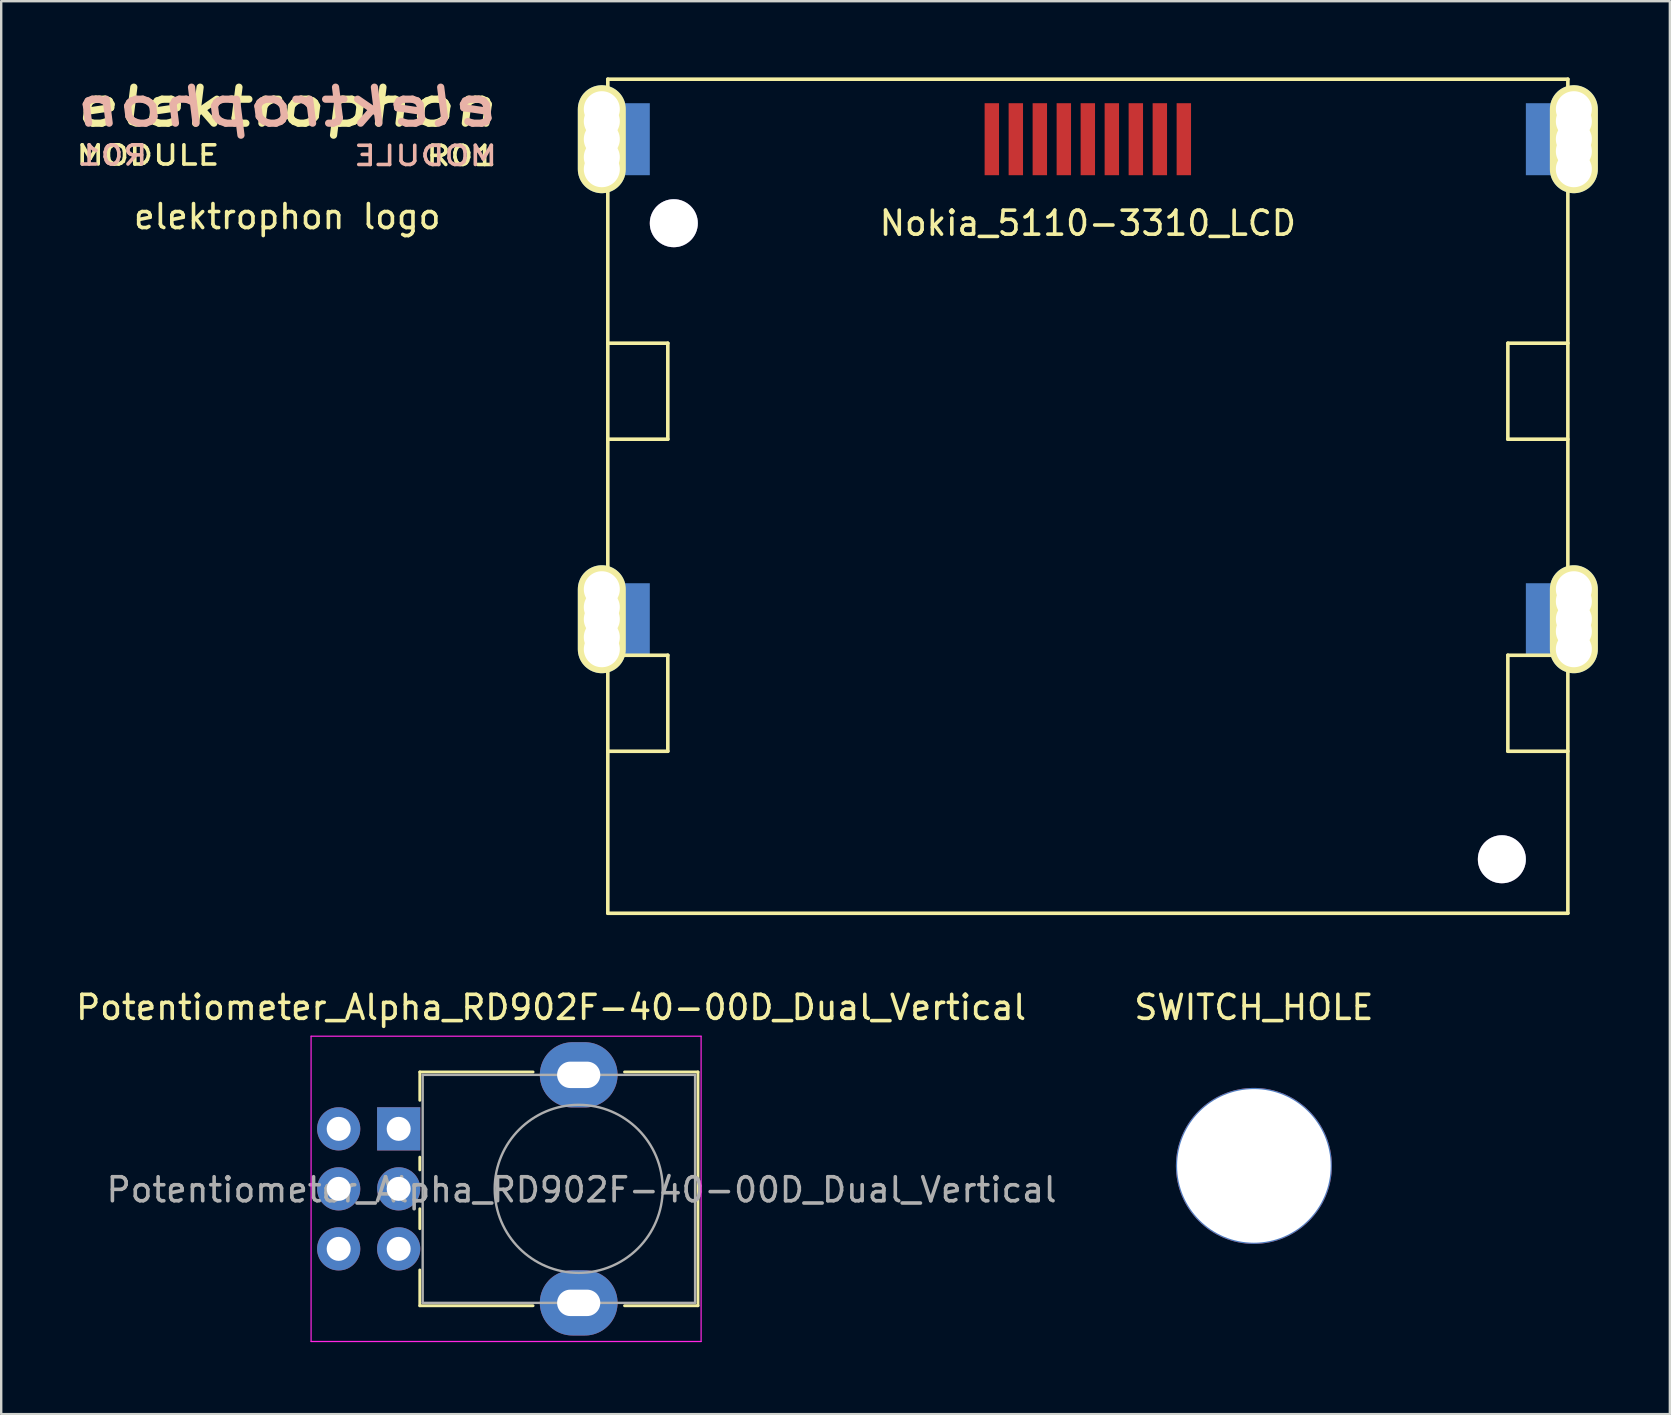
<source format=kicad_pcb>
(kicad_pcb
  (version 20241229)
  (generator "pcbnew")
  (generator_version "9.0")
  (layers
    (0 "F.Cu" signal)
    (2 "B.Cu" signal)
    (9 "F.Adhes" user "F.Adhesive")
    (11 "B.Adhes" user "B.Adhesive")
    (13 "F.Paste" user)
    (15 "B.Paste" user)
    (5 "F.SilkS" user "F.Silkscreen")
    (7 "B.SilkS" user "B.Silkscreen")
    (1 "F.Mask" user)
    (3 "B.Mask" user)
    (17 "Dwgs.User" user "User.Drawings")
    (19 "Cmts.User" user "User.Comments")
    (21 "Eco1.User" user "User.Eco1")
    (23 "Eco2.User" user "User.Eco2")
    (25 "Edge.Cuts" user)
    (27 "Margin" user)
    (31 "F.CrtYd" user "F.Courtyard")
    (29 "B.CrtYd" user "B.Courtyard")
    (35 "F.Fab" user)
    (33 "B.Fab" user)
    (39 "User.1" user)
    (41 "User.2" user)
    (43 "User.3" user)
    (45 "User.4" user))
  (footprint "Potentiometer_Alpha_RD902F-40-00D_Dual_Vertical"
    (layer "F.Cu")
    (at 21.061 46.483)
    (property "Reference" "Potentiometer_Alpha_RD902F-40-00D_Dual_Vertical" (at -1.15 -7.56 180) (layer "F.SilkS") (effects (font (size 1 1) (thickness 0.15))))
    (attr through_hole)
    (fp_line (start -6.62 -4.87) (end -1.9 -4.87) (stroke (width 0.12) (type solid)) (layer "F.SilkS"))
    (fp_line (start -6.62 -3.69) (end -6.62 -4.87) (stroke (width 0.12) (type solid)) (layer "F.SilkS"))
    (fp_line (start -6.62 -0.79) (end -6.62 -1.32) (stroke (width 0.12) (type solid)) (layer "F.SilkS"))
    (fp_line (start -6.62 1.66) (end -6.62 0.83) (stroke (width 0.12) (type solid)) (layer "F.SilkS"))
    (fp_line (start -6.62 4.87) (end -6.62 3.38) (stroke (width 0.12) (type solid)) (layer "F.SilkS"))
    (fp_line (start -6.62 4.87) (end -1.9 4.87) (stroke (width 0.12) (type solid)) (layer "F.SilkS"))
    (fp_line (start 1.91 -4.87) (end 4.97 -4.87) (stroke (width 0.12) (type solid)) (layer "F.SilkS"))
    (fp_line (start 1.91 4.87) (end 4.97 4.87) (stroke (width 0.12) (type solid)) (layer "F.SilkS"))
    (fp_line (start 4.97 4.87) (end 4.97 -4.87) (stroke (width 0.12) (type solid)) (layer "F.SilkS"))
    (fp_line (start -11.15 -6.36) (end -11.15 6.36) (stroke (width 0.05) (type solid)) (layer "F.CrtYd"))
    (fp_line (start -11.15 6.36) (end 5.1 6.36) (stroke (width 0.05) (type solid)) (layer "F.CrtYd"))
    (fp_line (start 5.1 -6.36) (end -11.15 -6.36) (stroke (width 0.05) (type solid)) (layer "F.CrtYd"))
    (fp_line (start 5.1 6.36) (end 5.1 -6.36) (stroke (width 0.05) (type solid)) (layer "F.CrtYd"))
    (fp_line (start -6.5 -4.75) (end 4.85 -4.75) (stroke (width 0.1) (type solid)) (layer "F.Fab"))
    (fp_line (start -6.5 4.75) (end -6.5 -4.75) (stroke (width 0.1) (type solid)) (layer "F.Fab"))
    (fp_line (start -6.5 4.75) (end 4.85 4.75) (stroke (width 0.1) (type solid)) (layer "F.Fab"))
    (fp_line (start 4.85 4.75) (end 4.85 -4.75) (stroke (width 0.1) (type solid)) (layer "F.Fab"))
    (fp_circle (center 0 0) (end 0 -3.5) (stroke (width 0.1) (type solid)) (fill no) (layer "F.Fab"))
    (fp_text user "${REFERENCE}" (at 0.12 0.04 0) (layer "F.Fab") (effects (font (size 1 1) (thickness 0.15))))
    (pad "" thru_hole oval (at 0 -4.75 90) (size 2.72 3.24) (drill oval 1.1 1.8) (layers "*.Cu" "*.Mask"))
    (pad "" thru_hole oval (at 0 4.75 90) (size 2.72 3.24) (drill oval 1.1 1.8) (layers "*.Cu" "*.Mask"))
    (pad "1" thru_hole rect (at -7.5 -2.5 90) (size 1.8 1.8) (drill 1) (layers "*.Cu" "*.Mask"))
    (pad "2" thru_hole circle (at -7.5 0 90) (size 1.8 1.8) (drill 1) (layers "*.Cu" "*.Mask"))
    (pad "3" thru_hole circle (at -7.5 2.5 90) (size 1.8 1.8) (drill 1) (layers "*.Cu" "*.Mask"))
    (pad "4" thru_hole circle (at -10 -2.5 90) (size 1.8 1.8) (drill 1) (layers "*.Cu" "*.Mask"))
    (pad "5" thru_hole circle (at -10 0 90) (size 1.8 1.8) (drill 1) (layers "*.Cu" "*.Mask"))
    (pad "6" thru_hole circle (at -10 2.5 90) (size 1.8 1.8) (drill 1) (layers "*.Cu" "*.Mask")))
  (footprint "SWITCH_HOLE"
    (layer "F.Cu")
    (at 49.193 45.527)
    (property "Reference" "SWITCH_HOLE" (at 0 -6.604 0) (layer "F.SilkS") (effects (font (size 1 1) (thickness 0.15))))
    (attr through_hole)
    (pad "" np_thru_hole circle (at 0 0) (size 6.5 6.5) (drill 6.4) (layers "*.Cu" "*.Mask")))
  (footprint "elektrophon logo"
    (layer "F.Cu")
    (at 8.918 2.42)
    (property "Reference" "elektrophon logo" (at 0 3.556 0) (layer "F.SilkS") (effects (font (size 1 1) (thickness 0.15))))
    (attr through_hole)
    (fp_text user "elektrophon" (at 0 -1.016 0) (layer "F.SilkS") (effects (font (size 1.5 2) (thickness 0.3) (italic yes))))
    (fp_text user "MODULE" (at -8.88 1 0) (layer "F.SilkS") (effects (font (size 0.8 1) (thickness 0.15)) (justify left)))
    (fp_text user "R01" (at 8.8 1.02 0) (layer "F.SilkS") (effects (font (size 0.8 1) (thickness 0.15)) (justify right)))
    (fp_text user "MODULE" (at 8.84 1.02 0) (layer "B.SilkS") (effects (font (size 0.8 1) (thickness 0.15)) (justify left mirror)))
    (fp_text user "elektrophon" (at 0 -1.016 0) (layer "B.SilkS") (effects (font (size 1.5 2) (thickness 0.3) (italic yes)) (justify mirror)))
    (fp_text user "R01" (at -8.83 1 0) (layer "B.SilkS") (effects (font (size 0.8 1) (thickness 0.15)) (justify right mirror))))
  (footprint "Nokia_5110-3310_LCD"
    (layer "F.Cu")
    (at 42.274 0.25)
    (property "Reference" "Nokia_5110-3310_LCD" (at 0 6 0) (layer "F.SilkS") (effects (font (size 1 1) (thickness 0.15))))
    (attr through_hole)
    (fp_line (start -20 0) (end -20 34.75) (stroke (width 0.15) (type solid)) (layer "F.SilkS"))
    (fp_line (start -20 0) (end 20 0) (stroke (width 0.15) (type solid)) (layer "F.SilkS"))
    (fp_line (start -20 11) (end -17.5 11) (stroke (width 0.15) (type solid)) (layer "F.SilkS"))
    (fp_line (start -20 24) (end -17.5 24) (stroke (width 0.15) (type solid)) (layer "F.SilkS"))
    (fp_line (start -17.5 11) (end -17.5 15) (stroke (width 0.15) (type solid)) (layer "F.SilkS"))
    (fp_line (start -17.5 15) (end -20 15) (stroke (width 0.15) (type solid)) (layer "F.SilkS"))
    (fp_line (start -17.5 24) (end -17.5 28) (stroke (width 0.15) (type solid)) (layer "F.SilkS"))
    (fp_line (start -17.5 28) (end -20 28) (stroke (width 0.15) (type solid)) (layer "F.SilkS"))
    (fp_line (start 17.5 11) (end 17.5 15) (stroke (width 0.15) (type solid)) (layer "F.SilkS"))
    (fp_line (start 17.5 15) (end 20 15) (stroke (width 0.15) (type solid)) (layer "F.SilkS"))
    (fp_line (start 17.5 24) (end 17.5 28) (stroke (width 0.15) (type solid)) (layer "F.SilkS"))
    (fp_line (start 17.5 28) (end 20 28) (stroke (width 0.15) (type solid)) (layer "F.SilkS"))
    (fp_line (start 20 0) (end 20 34.75) (stroke (width 0.15) (type solid)) (layer "F.SilkS"))
    (fp_line (start 20 11) (end 17.5 11) (stroke (width 0.15) (type solid)) (layer "F.SilkS"))
    (fp_line (start 20 24) (end 17.5 24) (stroke (width 0.15) (type solid)) (layer "F.SilkS"))
    (fp_line (start 20 34.75) (end -20 34.75) (stroke (width 0.15) (type solid)) (layer "F.SilkS"))
    (pad "" np_thru_hole circle (at -20.25 1.25) (size 1.5 1.5) (drill 1.5) (layers "*.Mask" "B.Cu" "F.SilkS"))
    (pad "" np_thru_hole circle (at -20.25 1.75) (size 1.5 1.5) (drill 1.5) (layers "*.Mask" "B.Cu" "F.SilkS"))
    (pad "" np_thru_hole oval (at -20.25 2.5) (size 2 4.5) (drill 1.5) (layers "*.Mask" "B.Cu" "F.SilkS"))
    (pad "" np_thru_hole circle (at -20.25 3.25) (size 1.5 1.5) (drill 1.5) (layers "*.Mask" "B.Cu" "F.SilkS"))
    (pad "" np_thru_hole circle (at -20.25 3.75) (size 1.5 1.5) (drill 1.5) (layers "*.Mask" "B.Cu" "F.SilkS"))
    (pad "" np_thru_hole circle (at -20.25 21.25) (size 1.5 1.5) (drill 1.5) (layers "*.Mask" "B.Cu" "F.SilkS"))
    (pad "" np_thru_hole circle (at -20.25 22) (size 1.5 1.5) (drill 1.5) (layers "*.Mask" "B.Cu" "F.SilkS"))
    (pad "" np_thru_hole oval (at -20.25 22.5) (size 2 4.5) (drill 1.5) (layers "*.Mask" "B.Cu" "F.SilkS"))
    (pad "" np_thru_hole circle (at -20.25 23.25) (size 1.5 1.5) (drill 1.5) (layers "*.Mask" "B.Cu" "F.SilkS"))
    (pad "" np_thru_hole circle (at -20.25 23.75) (size 1.5 1.5) (drill 1.5) (layers "*.Mask" "B.Cu" "F.SilkS"))
    (pad "" smd rect (at -19 2.5) (size 1.5 3) (layers "B.Cu" "B.Mask"))
    (pad "" smd rect (at -19 22.5) (size 1.5 3) (layers "B.Cu" "B.Mask"))
    (pad "" thru_hole circle (at -17.25 6) (size 2 2) (drill 2) (layers "*.Cu"))
    (pad "" thru_hole circle (at 17.25 32.5) (size 2 2) (drill 2) (layers "*.Cu"))
    (pad "" smd rect (at 19 2.5) (size 1.5 3) (layers "B.Cu" "B.Mask"))
    (pad "" smd rect (at 19 22.5) (size 1.5 3) (layers "B.Cu" "B.Mask"))
    (pad "" np_thru_hole circle (at 20.25 1.25) (size 1.5 1.5) (drill 1.5) (layers "*.Mask" "B.Cu" "F.SilkS"))
    (pad "" np_thru_hole circle (at 20.25 1.75) (size 1.5 1.5) (drill 1.5) (layers "*.Mask" "B.Cu" "F.SilkS"))
    (pad "" np_thru_hole oval (at 20.25 2.5) (size 2 4.5) (drill 1.5) (layers "*.Mask" "B.Cu" "F.SilkS"))
    (pad "" np_thru_hole circle (at 20.25 3) (size 1.5 1.5) (drill 1.5) (layers "*.Mask" "B.Cu" "F.SilkS"))
    (pad "" np_thru_hole circle (at 20.25 3.75) (size 1.5 1.5) (drill 1.5) (layers "*.Mask" "B.Cu" "F.SilkS"))
    (pad "" np_thru_hole circle (at 20.25 21.25) (size 1.5 1.5) (drill 1.5) (layers "*.Mask" "B.Cu" "F.SilkS"))
    (pad "" np_thru_hole circle (at 20.25 21.75) (size 1.5 1.5) (drill 1.5) (layers "*.Mask" "B.Cu" "F.SilkS"))
    (pad "" np_thru_hole oval (at 20.25 22.5) (size 2 4.5) (drill 1.5) (layers "*.Mask" "B.Cu" "F.SilkS"))
    (pad "" np_thru_hole circle (at 20.25 23) (size 1.5 1.5) (drill 1.5) (layers "*.Mask" "B.Cu" "F.SilkS"))
    (pad "" np_thru_hole circle (at 20.25 23.75) (size 1.5 1.5) (drill 1.5) (layers "*.Mask" "B.Cu" "F.SilkS"))
    (pad "1" smd rect (at -4 2.5) (size 0.6 3) (layers "F.Cu" "F.Mask"))
    (pad "2" smd rect (at -3 2.5) (size 0.6 3) (layers "F.Cu" "F.Mask"))
    (pad "3" smd rect (at -2 2.5) (size 0.6 3) (layers "F.Cu" "F.Mask"))
    (pad "4" smd rect (at -1 2.5) (size 0.6 3) (layers "F.Cu" "F.Mask"))
    (pad "5" smd rect (at 0 2.5) (size 0.6 3) (layers "F.Cu" "F.Mask"))
    (pad "6" smd rect (at 1 2.5) (size 0.6 3) (layers "F.Cu" "F.Mask"))
    (pad "7" smd rect (at 2 2.5) (size 0.6 3) (layers "F.Cu" "F.Mask"))
    (pad "8" smd rect (at 3 2.5) (size 0.6 3) (layers "F.Cu" "F.Mask"))
    (pad "9" smd rect (at 4 2.5) (size 0.6 3) (layers "F.Cu" "F.Mask")))
  (gr_rect
    (start -3 -3)
    (end 66.524 55.868)
    (stroke (width 0.1) (type default))
    (fill no)
    (layer "Edge.Cuts")))
</source>
